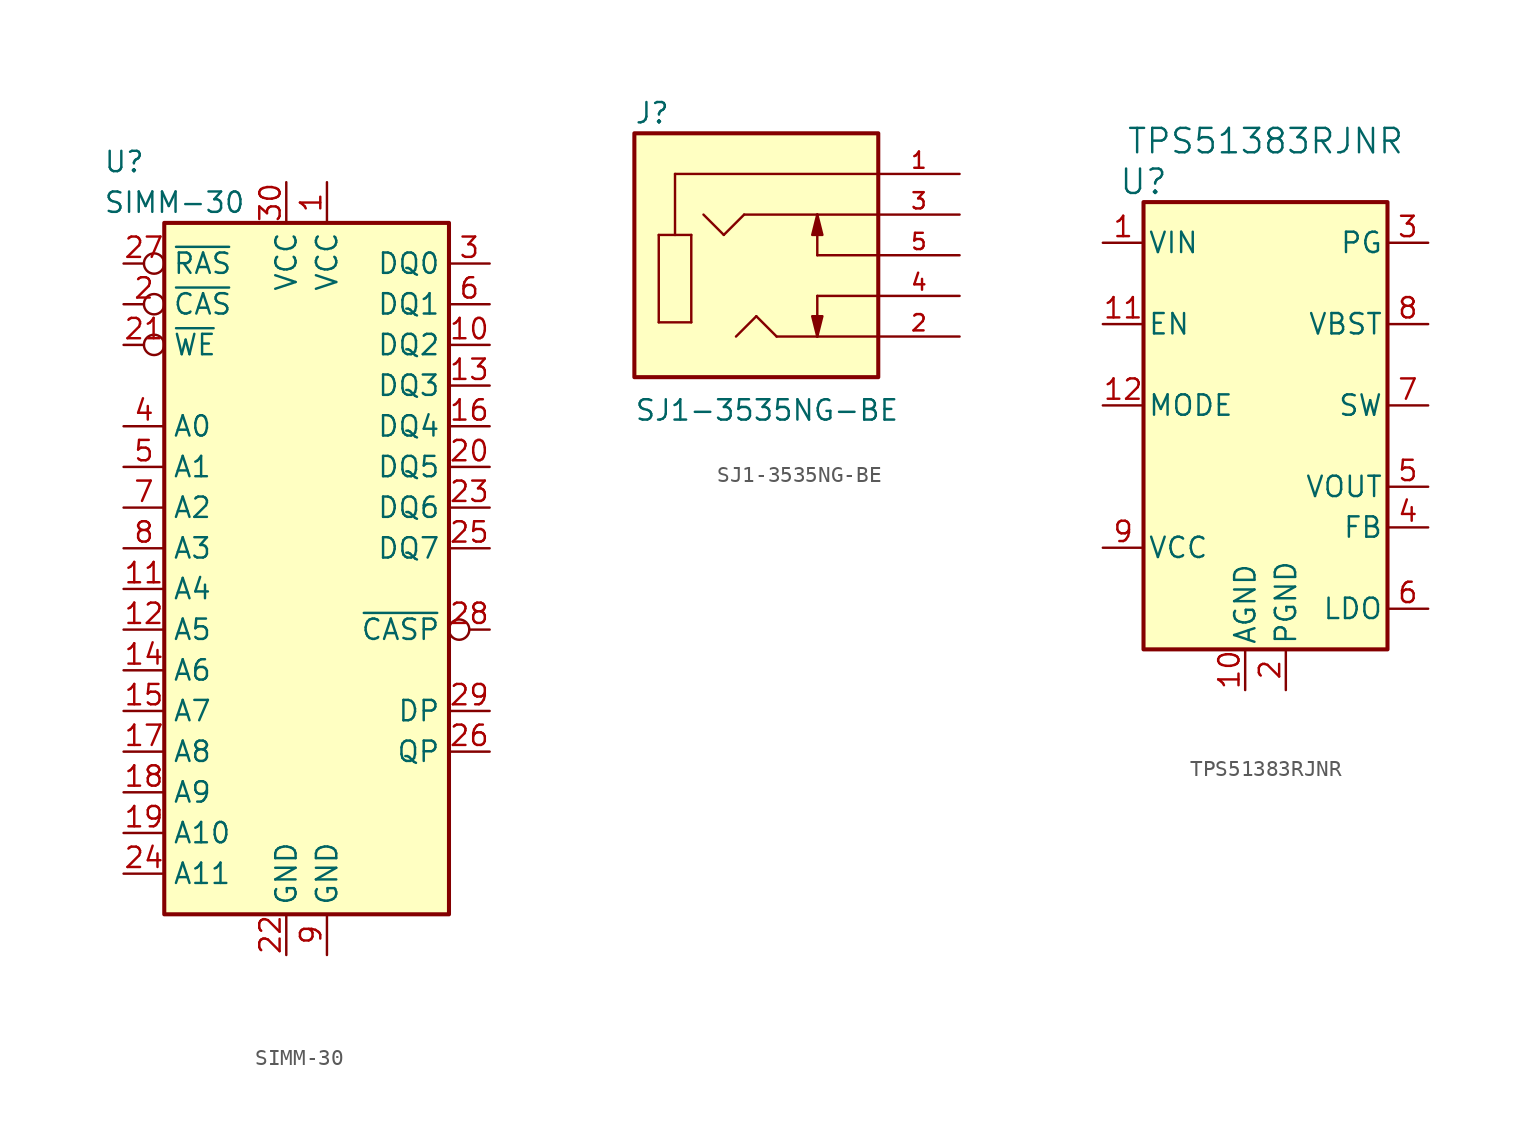
<source format=kicad_sym>
(kicad_symbol_lib
  (version 20220914)
  (generator kicad_symbol_editor)
  (symbol "SIMM-30"
    (property "Reference" "U"
      (at -11.43 24.13 0)
      (effects (font (size 1.27 1.27)) (justify left)))
    (property "Value" "SIMM-30"
      (at -11.43 21.59 0)
      (effects (font (size 1.27 1.27)) (justify left)))
    (symbol "SIMM-30_0_0"
      (pin power_in line (at 2.54 22.86 270) (length 2.54) (name "VCC" (effects (font (size 1.27 1.27)))) (number "1" (effects (font (size 1.27 1.27)))))
      (pin bidirectional line (at 12.7 12.7 180) (length 2.54) (name "DQ2" (effects (font (size 1.27 1.27)))) (number "10" (effects (font (size 1.27 1.27)))))
      (pin input line (at -10.16 -2.54 0) (length 2.54) (name "A4" (effects (font (size 1.27 1.27)))) (number "11" (effects (font (size 1.27 1.27)))))
      (pin input line (at -10.16 -5.08 0) (length 2.54) (name "A5" (effects (font (size 1.27 1.27)))) (number "12" (effects (font (size 1.27 1.27)))))
      (pin bidirectional line (at 12.7 10.16 180) (length 2.54) (name "DQ3" (effects (font (size 1.27 1.27)))) (number "13" (effects (font (size 1.27 1.27)))))
      (pin input line (at -10.16 -7.62 0) (length 2.54) (name "A6" (effects (font (size 1.27 1.27)))) (number "14" (effects (font (size 1.27 1.27)))))
      (pin input line (at -10.16 -10.16 0) (length 2.54) (name "A7" (effects (font (size 1.27 1.27)))) (number "15" (effects (font (size 1.27 1.27)))))
      (pin bidirectional line (at 12.7 7.62 180) (length 2.54) (name "DQ4" (effects (font (size 1.27 1.27)))) (number "16" (effects (font (size 1.27 1.27)))))
      (pin input line (at -10.16 -12.7 0) (length 2.54) (name "A8" (effects (font (size 1.27 1.27)))) (number "17" (effects (font (size 1.27 1.27)))))
      (pin input line (at -10.16 -15.24 0) (length 2.54) (name "A9" (effects (font (size 1.27 1.27)))) (number "18" (effects (font (size 1.27 1.27)))))
      (pin input line (at -10.16 -17.78 0) (length 2.54) (name "A10" (effects (font (size 1.27 1.27)))) (number "19" (effects (font (size 1.27 1.27)))))
      (pin input inverted (at -10.16 15.24 0) (length 2.54) (name "~{CAS}" (effects (font (size 1.27 1.27)))) (number "2" (effects (font (size 1.27 1.27)))))
      (pin bidirectional line (at 12.7 5.08 180) (length 2.54) (name "DQ5" (effects (font (size 1.27 1.27)))) (number "20" (effects (font (size 1.27 1.27)))))
      (pin input inverted (at -10.16 12.7 0) (length 2.54) (name "~{WE}" (effects (font (size 1.27 1.27)))) (number "21" (effects (font (size 1.27 1.27)))))
      (pin power_in line (at 0 -25.4 90) (length 2.54) (name "GND" (effects (font (size 1.27 1.27)))) (number "22" (effects (font (size 1.27 1.27)))))
      (pin bidirectional line (at 12.7 2.54 180) (length 2.54) (name "DQ6" (effects (font (size 1.27 1.27)))) (number "23" (effects (font (size 1.27 1.27)))))
      (pin input line (at -10.16 -20.32 0) (length 2.54) (name "A11" (effects (font (size 1.27 1.27)))) (number "24" (effects (font (size 1.27 1.27)))))
      (pin bidirectional line (at 12.7 0 180) (length 2.54) (name "DQ7" (effects (font (size 1.27 1.27)))) (number "25" (effects (font (size 1.27 1.27)))))
      (pin output line (at 12.7 -12.7 180) (length 2.54) (name "QP" (effects (font (size 1.27 1.27)))) (number "26" (effects (font (size 1.27 1.27)))))
      (pin input inverted (at -10.16 17.78 0) (length 2.54) (name "~{RAS}" (effects (font (size 1.27 1.27)))) (number "27" (effects (font (size 1.27 1.27)))))
      (pin input inverted (at 12.7 -5.08 180) (length 2.54) (name "~{CASP}" (effects (font (size 1.27 1.27)))) (number "28" (effects (font (size 1.27 1.27)))))
      (pin input line (at 12.7 -10.16 180) (length 2.54) (name "DP" (effects (font (size 1.27 1.27)))) (number "29" (effects (font (size 1.27 1.27)))))
      (pin bidirectional line (at 12.7 17.78 180) (length 2.54) (name "DQ0" (effects (font (size 1.27 1.27)))) (number "3" (effects (font (size 1.27 1.27)))))
      (pin power_in line (at 0 22.86 270) (length 2.54) (name "VCC" (effects (font (size 1.27 1.27)))) (number "30" (effects (font (size 1.27 1.27)))))
      (pin input line (at -10.16 7.62 0) (length 2.54) (name "A0" (effects (font (size 1.27 1.27)))) (number "4" (effects (font (size 1.27 1.27)))))
      (pin input line (at -10.16 5.08 0) (length 2.54) (name "A1" (effects (font (size 1.27 1.27)))) (number "5" (effects (font (size 1.27 1.27)))))
      (pin bidirectional line (at 12.7 15.24 180) (length 2.54) (name "DQ1" (effects (font (size 1.27 1.27)))) (number "6" (effects (font (size 1.27 1.27)))))
      (pin input line (at -10.16 2.54 0) (length 2.54) (name "A2" (effects (font (size 1.27 1.27)))) (number "7" (effects (font (size 1.27 1.27)))))
      (pin input line (at -10.16 0 0) (length 2.54) (name "A3" (effects (font (size 1.27 1.27)))) (number "8" (effects (font (size 1.27 1.27)))))
      (pin power_in line (at 2.54 -25.4 90) (length 2.54) (name "GND" (effects (font (size 1.27 1.27)))) (number "9" (effects (font (size 1.27 1.27))))))
    (symbol "SIMM-30_0_1"
      (rectangle (start -7.62 20.32) (end 10.16 -22.86) (stroke (width 0.254) (type default)) (fill (type background)))))
  (symbol "SJ1-3535NG-BE"
    (pin_names
      (offset 1.016))
    (property "Reference" "J"
      (at -7.633 8.141 0)
      (effects (font (size 1.27 1.27)) (justify left bottom)))
    (property "Value" "SJ1-3535NG-BE"
      (at -7.632 -10.431 0)
      (effects (font (size 1.27 1.27)) (justify left bottom)))
    (symbol "SJ1-3535NG-BE_0_0"
      (rectangle (start -7.62 -7.62) (end 7.62 7.62) (stroke (width 0.254) (type default)) (fill (type background)))
      (polyline (pts (xy -6.096 -4.191) (xy -6.096 1.27)) (stroke (width 0.152) (type default)) (fill (type none)))
      (polyline (pts (xy -6.096 1.27) (xy -5.08 1.27)) (stroke (width 0.152) (type default)) (fill (type none)))
      (polyline (pts (xy -5.08 1.27) (xy -4.064 1.27)) (stroke (width 0.152) (type default)) (fill (type none)))
      (polyline (pts (xy -5.08 5.08) (xy -5.08 1.27)) (stroke (width 0.152) (type default)) (fill (type none)))
      (polyline (pts (xy -4.064 -4.191) (xy -6.096 -4.191)) (stroke (width 0.152) (type default)) (fill (type none)))
      (polyline (pts (xy -4.064 1.27) (xy -4.064 -4.191)) (stroke (width 0.152) (type default)) (fill (type none)))
      (polyline (pts (xy -2.032 1.27) (xy -3.302 2.54)) (stroke (width 0.152) (type default)) (fill (type none)))
      (polyline (pts (xy -0.762 2.54) (xy -2.032 1.27)) (stroke (width 0.152) (type default)) (fill (type none)))
      (polyline (pts (xy 0 -3.81) (xy -1.27 -5.08)) (stroke (width 0.152) (type default)) (fill (type none)))
      (polyline (pts (xy 1.27 -5.08) (xy 0 -3.81)) (stroke (width 0.152) (type default)) (fill (type none)))
      (polyline (pts (xy 3.81 -5.08) (xy 1.27 -5.08)) (stroke (width 0.152) (type default)) (fill (type none)))
      (polyline (pts (xy 3.81 -5.08) (xy 3.81 -2.54)) (stroke (width 0.152) (type default)) (fill (type none)))
      (polyline (pts (xy 3.81 0) (xy 3.81 2.54)) (stroke (width 0.152) (type default)) (fill (type none)))
      (polyline (pts (xy 3.81 2.54) (xy -0.762 2.54)) (stroke (width 0.152) (type default)) (fill (type none)))
      (polyline (pts (xy 7.62 -5.08) (xy 3.81 -5.08)) (stroke (width 0.152) (type default)) (fill (type none)))
      (polyline (pts (xy 7.62 -2.54) (xy 3.81 -2.54)) (stroke (width 0.152) (type default)) (fill (type none)))
      (polyline (pts (xy 7.62 0) (xy 3.81 0)) (stroke (width 0.152) (type default)) (fill (type none)))
      (polyline (pts (xy 7.62 2.54) (xy 3.81 2.54)) (stroke (width 0.152) (type default)) (fill (type none)))
      (polyline (pts (xy 7.62 5.08) (xy -5.08 5.08)) (stroke (width 0.152) (type default)) (fill (type none)))
      (polyline (pts (xy 3.81 -5.08) (xy 3.493 -3.81) (xy 4.128 -3.81) (xy 3.81 -5.08)) (stroke (width 0.152) (type default)) (fill (type outline)))
      (polyline (pts (xy 3.81 2.54) (xy 4.128 1.27) (xy 3.493 1.27) (xy 3.81 2.54)) (stroke (width 0.152) (type default)) (fill (type outline)))
      (pin passive line (at 12.7 5.08 180) (length 5.08) (name "~" (effects (font (size 1.016 1.016)))) (number "1" (effects (font (size 1.016 1.016)))))
      (pin passive line (at 12.7 -5.08 180) (length 5.08) (name "~" (effects (font (size 1.016 1.016)))) (number "2" (effects (font (size 1.016 1.016)))))
      (pin passive line (at 12.7 2.54 180) (length 5.08) (name "~" (effects (font (size 1.016 1.016)))) (number "3" (effects (font (size 1.016 1.016)))))
      (pin passive line (at 12.7 -2.54 180) (length 5.08) (name "~" (effects (font (size 1.016 1.016)))) (number "4" (effects (font (size 1.016 1.016)))))
      (pin passive line (at 12.7 0 180) (length 5.08) (name "~" (effects (font (size 1.016 1.016)))) (number "5" (effects (font (size 1.016 1.016)))))))
  (symbol "TPS51383RJNR"
    (pin_names
      (offset 0.254))
    (property "Reference" "U"
      (at -22.86 1.27 0)
      (effects (font (size 1.524 1.524))))
    (property "Value" "TPS51383RJNR"
      (at -15.24 3.81 0)
      (effects (font (size 1.524 1.524))))
    (symbol "TPS51383RJNR_0_1"
      (rectangle (start -22.86 0) (end -7.62 -27.94) (stroke (width 0.254) (type default)) (fill (type background))))
    (symbol "TPS51383RJNR_1_1"
      (pin power_in line (at -25.4 -2.54 0) (length 2.54) (name "VIN" (effects (font (size 1.27 1.27)))) (number "1" (effects (font (size 1.27 1.27)))))
      (pin power_in line (at -16.51 -30.48 90) (length 2.54) (name "AGND" (effects (font (size 1.27 1.27)))) (number "10" (effects (font (size 1.27 1.27)))))
      (pin input line (at -25.4 -7.62 0) (length 2.54) (name "EN" (effects (font (size 1.27 1.27)))) (number "11" (effects (font (size 1.27 1.27)))))
      (pin input line (at -25.4 -12.7 0) (length 2.54) (name "MODE" (effects (font (size 1.27 1.27)))) (number "12" (effects (font (size 1.27 1.27)))))
      (pin power_in line (at -13.97 -30.48 90) (length 2.54) (name "PGND" (effects (font (size 1.27 1.27)))) (number "2" (effects (font (size 1.27 1.27)))))
      (pin open_collector line (at -5.08 -2.54 180) (length 2.54) (name "PG" (effects (font (size 1.27 1.27)))) (number "3" (effects (font (size 1.27 1.27)))))
      (pin input line (at -5.08 -20.32 180) (length 2.54) (name "FB" (effects (font (size 1.27 1.27)))) (number "4" (effects (font (size 1.27 1.27)))))
      (pin unspecified line (at -5.08 -17.78 180) (length 2.54) (name "VOUT" (effects (font (size 1.27 1.27)))) (number "5" (effects (font (size 1.27 1.27)))))
      (pin unspecified line (at -5.08 -25.4 180) (length 2.54) (name "LDO" (effects (font (size 1.27 1.27)))) (number "6" (effects (font (size 1.27 1.27)))))
      (pin unspecified line (at -5.08 -12.7 180) (length 2.54) (name "SW" (effects (font (size 1.27 1.27)))) (number "7" (effects (font (size 1.27 1.27)))))
      (pin power_in line (at -5.08 -7.62 180) (length 2.54) (name "VBST" (effects (font (size 1.27 1.27)))) (number "8" (effects (font (size 1.27 1.27)))))
      (pin power_in line (at -25.4 -21.59 0) (length 2.54) (name "VCC" (effects (font (size 1.27 1.27)))) (number "9" (effects (font (size 1.27 1.27))))))))
</source>
